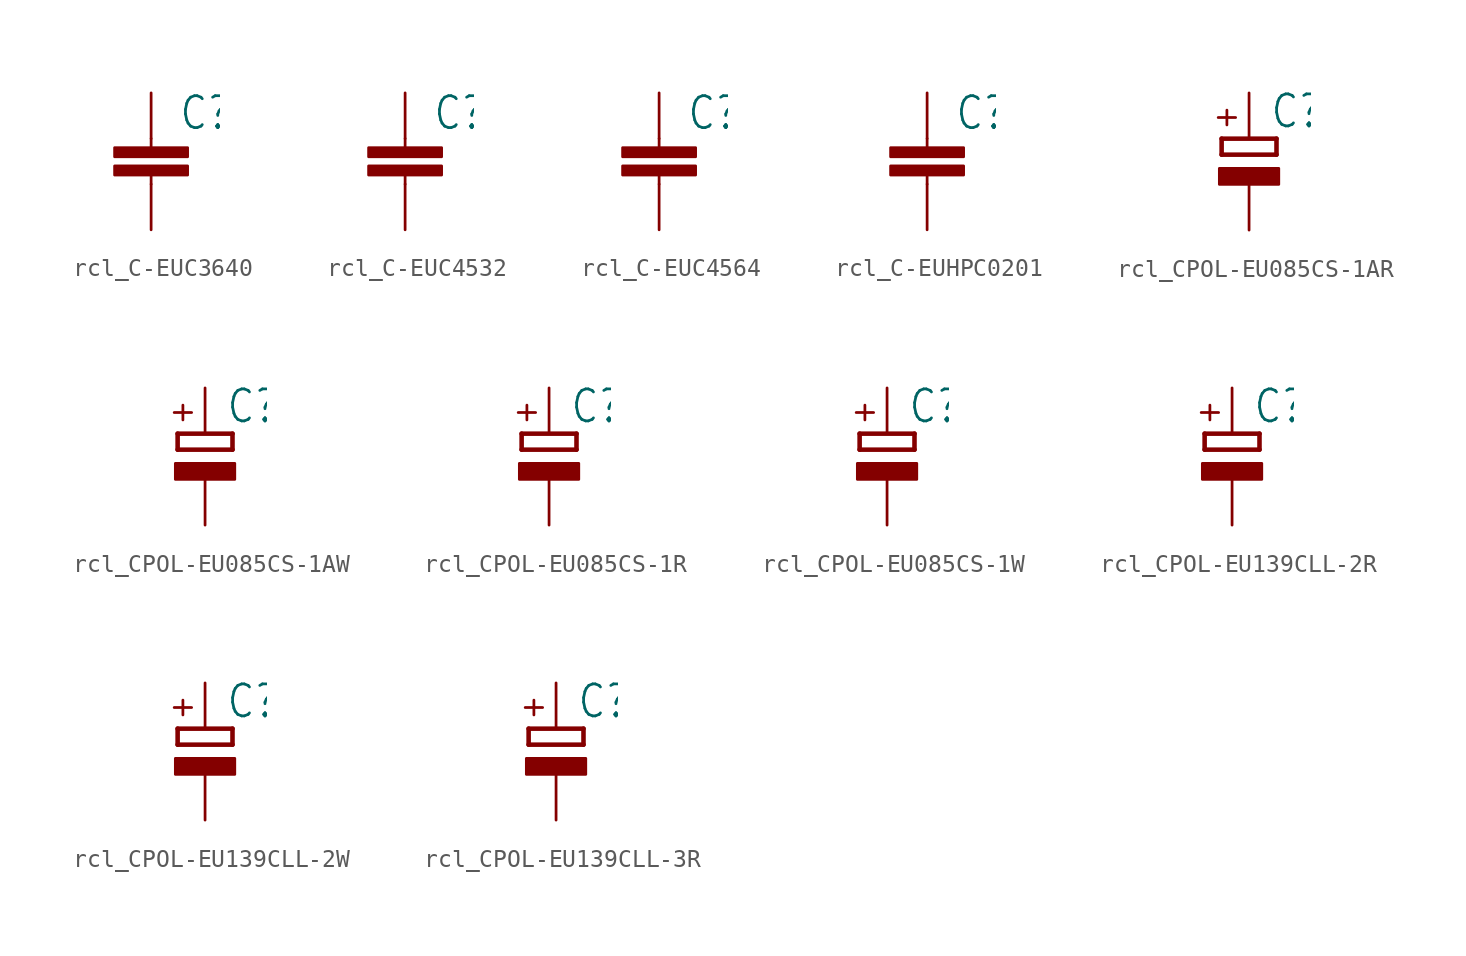
<source format=kicad_sym>
(kicad_symbol_lib
  (version 20231120)
  (generator "kicad_symbol_editor")
  (generator_version "8.0")
  (symbol "rcl_C-EUC3640"
    (property "Reference" "C"
      (at 1.524 0.381 0)
      (effects (font (size 1.778 1.511)) (justify left bottom)))
    (property "Value" ""
      (at 1.524 -4.699 0)
      (effects (font (size 1.778 1.511)) (justify left bottom)))
    (property "ki_locked" ""
      (at 0 0 0)
      (effects (font (size 1.27 1.27))))
    (symbol "rcl_C-EUC3640_1_0"
      (rectangle (start -2.032 -2.032) (end 2.032 -1.524) (stroke (width 0) (type default)) (fill (type outline)))
      (rectangle (start -2.032 -1.016) (end 2.032 -0.508) (stroke (width 0) (type default)) (fill (type outline)))
      (polyline (pts (xy 0 -2.54) (xy 0 -2.032)) (stroke (width 0.152) (type solid)) (fill (type none)))
      (polyline (pts (xy 0 0) (xy 0 -0.508)) (stroke (width 0.152) (type solid)) (fill (type none)))
      (pin passive line (at 0 2.54 270) (length 2.54) (name "1" (effects (font (size 0 0)))) (number "1" (effects (font (size 0 0)))))
      (pin passive line (at 0 -5.08 90) (length 2.54) (name "2" (effects (font (size 0 0)))) (number "2" (effects (font (size 0 0)))))))
  (symbol "rcl_C-EUC4532"
    (property "Reference" "C"
      (at 1.524 0.381 0)
      (effects (font (size 1.778 1.511)) (justify left bottom)))
    (property "Value" ""
      (at 1.524 -4.699 0)
      (effects (font (size 1.778 1.511)) (justify left bottom)))
    (property "ki_locked" ""
      (at 0 0 0)
      (effects (font (size 1.27 1.27))))
    (symbol "rcl_C-EUC4532_1_0"
      (rectangle (start -2.032 -2.032) (end 2.032 -1.524) (stroke (width 0) (type default)) (fill (type outline)))
      (rectangle (start -2.032 -1.016) (end 2.032 -0.508) (stroke (width 0) (type default)) (fill (type outline)))
      (polyline (pts (xy 0 -2.54) (xy 0 -2.032)) (stroke (width 0.152) (type solid)) (fill (type none)))
      (polyline (pts (xy 0 0) (xy 0 -0.508)) (stroke (width 0.152) (type solid)) (fill (type none)))
      (pin passive line (at 0 2.54 270) (length 2.54) (name "1" (effects (font (size 0 0)))) (number "1" (effects (font (size 0 0)))))
      (pin passive line (at 0 -5.08 90) (length 2.54) (name "2" (effects (font (size 0 0)))) (number "2" (effects (font (size 0 0)))))))
  (symbol "rcl_C-EUC4564"
    (property "Reference" "C"
      (at 1.524 0.381 0)
      (effects (font (size 1.778 1.511)) (justify left bottom)))
    (property "Value" ""
      (at 1.524 -4.699 0)
      (effects (font (size 1.778 1.511)) (justify left bottom)))
    (property "ki_locked" ""
      (at 0 0 0)
      (effects (font (size 1.27 1.27))))
    (symbol "rcl_C-EUC4564_1_0"
      (rectangle (start -2.032 -2.032) (end 2.032 -1.524) (stroke (width 0) (type default)) (fill (type outline)))
      (rectangle (start -2.032 -1.016) (end 2.032 -0.508) (stroke (width 0) (type default)) (fill (type outline)))
      (polyline (pts (xy 0 -2.54) (xy 0 -2.032)) (stroke (width 0.152) (type solid)) (fill (type none)))
      (polyline (pts (xy 0 0) (xy 0 -0.508)) (stroke (width 0.152) (type solid)) (fill (type none)))
      (pin passive line (at 0 2.54 270) (length 2.54) (name "1" (effects (font (size 0 0)))) (number "1" (effects (font (size 0 0)))))
      (pin passive line (at 0 -5.08 90) (length 2.54) (name "2" (effects (font (size 0 0)))) (number "2" (effects (font (size 0 0)))))))
  (symbol "rcl_C-EUHPC0201"
    (property "Reference" "C"
      (at 1.524 0.381 0)
      (effects (font (size 1.778 1.511)) (justify left bottom)))
    (property "Value" ""
      (at 1.524 -4.699 0)
      (effects (font (size 1.778 1.511)) (justify left bottom)))
    (property "ki_locked" ""
      (at 0 0 0)
      (effects (font (size 1.27 1.27))))
    (symbol "rcl_C-EUHPC0201_1_0"
      (rectangle (start -2.032 -2.032) (end 2.032 -1.524) (stroke (width 0) (type default)) (fill (type outline)))
      (rectangle (start -2.032 -1.016) (end 2.032 -0.508) (stroke (width 0) (type default)) (fill (type outline)))
      (polyline (pts (xy 0 -2.54) (xy 0 -2.032)) (stroke (width 0.152) (type solid)) (fill (type none)))
      (polyline (pts (xy 0 0) (xy 0 -0.508)) (stroke (width 0.152) (type solid)) (fill (type none)))
      (pin passive line (at 0 2.54 270) (length 2.54) (name "1" (effects (font (size 0 0)))) (number "1" (effects (font (size 0 0)))))
      (pin passive line (at 0 -5.08 90) (length 2.54) (name "2" (effects (font (size 0 0)))) (number "2" (effects (font (size 0 0)))))))
  (symbol "rcl_CPOL-EU085CS-1AR"
    (property "Reference" "C"
      (at 1.143 0.483 0)
      (effects (font (size 1.778 1.511)) (justify left bottom)))
    (property "Value" ""
      (at 1.143 -4.597 0)
      (effects (font (size 1.778 1.511)) (justify left bottom)))
    (property "ki_locked" ""
      (at 0 0 0)
      (effects (font (size 1.27 1.27))))
    (symbol "rcl_CPOL-EU085CS-1AR_1_0"
      (rectangle (start -1.651 -2.54) (end 1.651 -1.651) (stroke (width 0) (type default)) (fill (type outline)))
      (polyline (pts (xy -1.524 -0.889) (xy 1.524 -0.889)) (stroke (width 0.254) (type solid)) (fill (type none)))
      (polyline (pts (xy -1.524 0) (xy -1.524 -0.889)) (stroke (width 0.254) (type solid)) (fill (type none)))
      (polyline (pts (xy -1.524 0) (xy 1.524 0)) (stroke (width 0.254) (type solid)) (fill (type none)))
      (polyline (pts (xy 1.524 -0.889) (xy 1.524 0)) (stroke (width 0.254) (type solid)) (fill (type none)))
      (text "+" (at -0.584 0.406 900) (effects (font (size 1.27 1.079)) (justify left bottom)))
      (pin passive line (at 0 2.54 270) (length 2.54) (name "+" (effects (font (size 0 0)))) (number "+" (effects (font (size 0 0)))))
      (pin passive line (at 0 -5.08 90) (length 2.54) (name "-" (effects (font (size 0 0)))) (number "-" (effects (font (size 0 0)))))))
  (symbol "rcl_CPOL-EU085CS-1AW"
    (property "Reference" "C"
      (at 1.143 0.483 0)
      (effects (font (size 1.778 1.511)) (justify left bottom)))
    (property "Value" ""
      (at 1.143 -4.597 0)
      (effects (font (size 1.778 1.511)) (justify left bottom)))
    (property "ki_locked" ""
      (at 0 0 0)
      (effects (font (size 1.27 1.27))))
    (symbol "rcl_CPOL-EU085CS-1AW_1_0"
      (rectangle (start -1.651 -2.54) (end 1.651 -1.651) (stroke (width 0) (type default)) (fill (type outline)))
      (polyline (pts (xy -1.524 -0.889) (xy 1.524 -0.889)) (stroke (width 0.254) (type solid)) (fill (type none)))
      (polyline (pts (xy -1.524 0) (xy -1.524 -0.889)) (stroke (width 0.254) (type solid)) (fill (type none)))
      (polyline (pts (xy -1.524 0) (xy 1.524 0)) (stroke (width 0.254) (type solid)) (fill (type none)))
      (polyline (pts (xy 1.524 -0.889) (xy 1.524 0)) (stroke (width 0.254) (type solid)) (fill (type none)))
      (text "+" (at -0.584 0.406 900) (effects (font (size 1.27 1.079)) (justify left bottom)))
      (pin passive line (at 0 2.54 270) (length 2.54) (name "+" (effects (font (size 0 0)))) (number "+" (effects (font (size 0 0)))))
      (pin passive line (at 0 -5.08 90) (length 2.54) (name "-" (effects (font (size 0 0)))) (number "-" (effects (font (size 0 0)))))))
  (symbol "rcl_CPOL-EU085CS-1R"
    (property "Reference" "C"
      (at 1.143 0.483 0)
      (effects (font (size 1.778 1.511)) (justify left bottom)))
    (property "Value" ""
      (at 1.143 -4.597 0)
      (effects (font (size 1.778 1.511)) (justify left bottom)))
    (property "ki_locked" ""
      (at 0 0 0)
      (effects (font (size 1.27 1.27))))
    (symbol "rcl_CPOL-EU085CS-1R_1_0"
      (rectangle (start -1.651 -2.54) (end 1.651 -1.651) (stroke (width 0) (type default)) (fill (type outline)))
      (polyline (pts (xy -1.524 -0.889) (xy 1.524 -0.889)) (stroke (width 0.254) (type solid)) (fill (type none)))
      (polyline (pts (xy -1.524 0) (xy -1.524 -0.889)) (stroke (width 0.254) (type solid)) (fill (type none)))
      (polyline (pts (xy -1.524 0) (xy 1.524 0)) (stroke (width 0.254) (type solid)) (fill (type none)))
      (polyline (pts (xy 1.524 -0.889) (xy 1.524 0)) (stroke (width 0.254) (type solid)) (fill (type none)))
      (text "+" (at -0.584 0.406 900) (effects (font (size 1.27 1.079)) (justify left bottom)))
      (pin passive line (at 0 2.54 270) (length 2.54) (name "+" (effects (font (size 0 0)))) (number "+" (effects (font (size 0 0)))))
      (pin passive line (at 0 -5.08 90) (length 2.54) (name "-" (effects (font (size 0 0)))) (number "-" (effects (font (size 0 0)))))))
  (symbol "rcl_CPOL-EU085CS-1W"
    (property "Reference" "C"
      (at 1.143 0.483 0)
      (effects (font (size 1.778 1.511)) (justify left bottom)))
    (property "Value" ""
      (at 1.143 -4.597 0)
      (effects (font (size 1.778 1.511)) (justify left bottom)))
    (property "ki_locked" ""
      (at 0 0 0)
      (effects (font (size 1.27 1.27))))
    (symbol "rcl_CPOL-EU085CS-1W_1_0"
      (rectangle (start -1.651 -2.54) (end 1.651 -1.651) (stroke (width 0) (type default)) (fill (type outline)))
      (polyline (pts (xy -1.524 -0.889) (xy 1.524 -0.889)) (stroke (width 0.254) (type solid)) (fill (type none)))
      (polyline (pts (xy -1.524 0) (xy -1.524 -0.889)) (stroke (width 0.254) (type solid)) (fill (type none)))
      (polyline (pts (xy -1.524 0) (xy 1.524 0)) (stroke (width 0.254) (type solid)) (fill (type none)))
      (polyline (pts (xy 1.524 -0.889) (xy 1.524 0)) (stroke (width 0.254) (type solid)) (fill (type none)))
      (text "+" (at -0.584 0.406 900) (effects (font (size 1.27 1.079)) (justify left bottom)))
      (pin passive line (at 0 2.54 270) (length 2.54) (name "+" (effects (font (size 0 0)))) (number "+" (effects (font (size 0 0)))))
      (pin passive line (at 0 -5.08 90) (length 2.54) (name "-" (effects (font (size 0 0)))) (number "-" (effects (font (size 0 0)))))))
  (symbol "rcl_CPOL-EU139CLL-2R"
    (property "Reference" "C"
      (at 1.143 0.483 0)
      (effects (font (size 1.778 1.511)) (justify left bottom)))
    (property "Value" ""
      (at 1.143 -4.597 0)
      (effects (font (size 1.778 1.511)) (justify left bottom)))
    (property "ki_locked" ""
      (at 0 0 0)
      (effects (font (size 1.27 1.27))))
    (symbol "rcl_CPOL-EU139CLL-2R_1_0"
      (rectangle (start -1.651 -2.54) (end 1.651 -1.651) (stroke (width 0) (type default)) (fill (type outline)))
      (polyline (pts (xy -1.524 -0.889) (xy 1.524 -0.889)) (stroke (width 0.254) (type solid)) (fill (type none)))
      (polyline (pts (xy -1.524 0) (xy -1.524 -0.889)) (stroke (width 0.254) (type solid)) (fill (type none)))
      (polyline (pts (xy -1.524 0) (xy 1.524 0)) (stroke (width 0.254) (type solid)) (fill (type none)))
      (polyline (pts (xy 1.524 -0.889) (xy 1.524 0)) (stroke (width 0.254) (type solid)) (fill (type none)))
      (text "+" (at -0.584 0.406 900) (effects (font (size 1.27 1.079)) (justify left bottom)))
      (pin passive line (at 0 2.54 270) (length 2.54) (name "+" (effects (font (size 0 0)))) (number "+" (effects (font (size 0 0)))))
      (pin passive line (at 0 -5.08 90) (length 2.54) (name "-" (effects (font (size 0 0)))) (number "-" (effects (font (size 0 0)))))))
  (symbol "rcl_CPOL-EU139CLL-2W"
    (property "Reference" "C"
      (at 1.143 0.483 0)
      (effects (font (size 1.778 1.511)) (justify left bottom)))
    (property "Value" ""
      (at 1.143 -4.597 0)
      (effects (font (size 1.778 1.511)) (justify left bottom)))
    (property "ki_locked" ""
      (at 0 0 0)
      (effects (font (size 1.27 1.27))))
    (symbol "rcl_CPOL-EU139CLL-2W_1_0"
      (rectangle (start -1.651 -2.54) (end 1.651 -1.651) (stroke (width 0) (type default)) (fill (type outline)))
      (polyline (pts (xy -1.524 -0.889) (xy 1.524 -0.889)) (stroke (width 0.254) (type solid)) (fill (type none)))
      (polyline (pts (xy -1.524 0) (xy -1.524 -0.889)) (stroke (width 0.254) (type solid)) (fill (type none)))
      (polyline (pts (xy -1.524 0) (xy 1.524 0)) (stroke (width 0.254) (type solid)) (fill (type none)))
      (polyline (pts (xy 1.524 -0.889) (xy 1.524 0)) (stroke (width 0.254) (type solid)) (fill (type none)))
      (text "+" (at -0.584 0.406 900) (effects (font (size 1.27 1.079)) (justify left bottom)))
      (pin passive line (at 0 2.54 270) (length 2.54) (name "+" (effects (font (size 0 0)))) (number "+" (effects (font (size 0 0)))))
      (pin passive line (at 0 -5.08 90) (length 2.54) (name "-" (effects (font (size 0 0)))) (number "-" (effects (font (size 0 0)))))))
  (symbol "rcl_CPOL-EU139CLL-3R"
    (property "Reference" "C"
      (at 1.143 0.483 0)
      (effects (font (size 1.778 1.511)) (justify left bottom)))
    (property "Value" ""
      (at 1.143 -4.597 0)
      (effects (font (size 1.778 1.511)) (justify left bottom)))
    (property "ki_locked" ""
      (at 0 0 0)
      (effects (font (size 1.27 1.27))))
    (symbol "rcl_CPOL-EU139CLL-3R_1_0"
      (rectangle (start -1.651 -2.54) (end 1.651 -1.651) (stroke (width 0) (type default)) (fill (type outline)))
      (polyline (pts (xy -1.524 -0.889) (xy 1.524 -0.889)) (stroke (width 0.254) (type solid)) (fill (type none)))
      (polyline (pts (xy -1.524 0) (xy -1.524 -0.889)) (stroke (width 0.254) (type solid)) (fill (type none)))
      (polyline (pts (xy -1.524 0) (xy 1.524 0)) (stroke (width 0.254) (type solid)) (fill (type none)))
      (polyline (pts (xy 1.524 -0.889) (xy 1.524 0)) (stroke (width 0.254) (type solid)) (fill (type none)))
      (text "+" (at -0.584 0.406 900) (effects (font (size 1.27 1.079)) (justify left bottom)))
      (pin passive line (at 0 2.54 270) (length 2.54) (name "+" (effects (font (size 0 0)))) (number "+" (effects (font (size 0 0)))))
      (pin passive line (at 0 -5.08 90) (length 2.54) (name "-" (effects (font (size 0 0)))) (number "-" (effects (font (size 0 0))))))))
</source>
